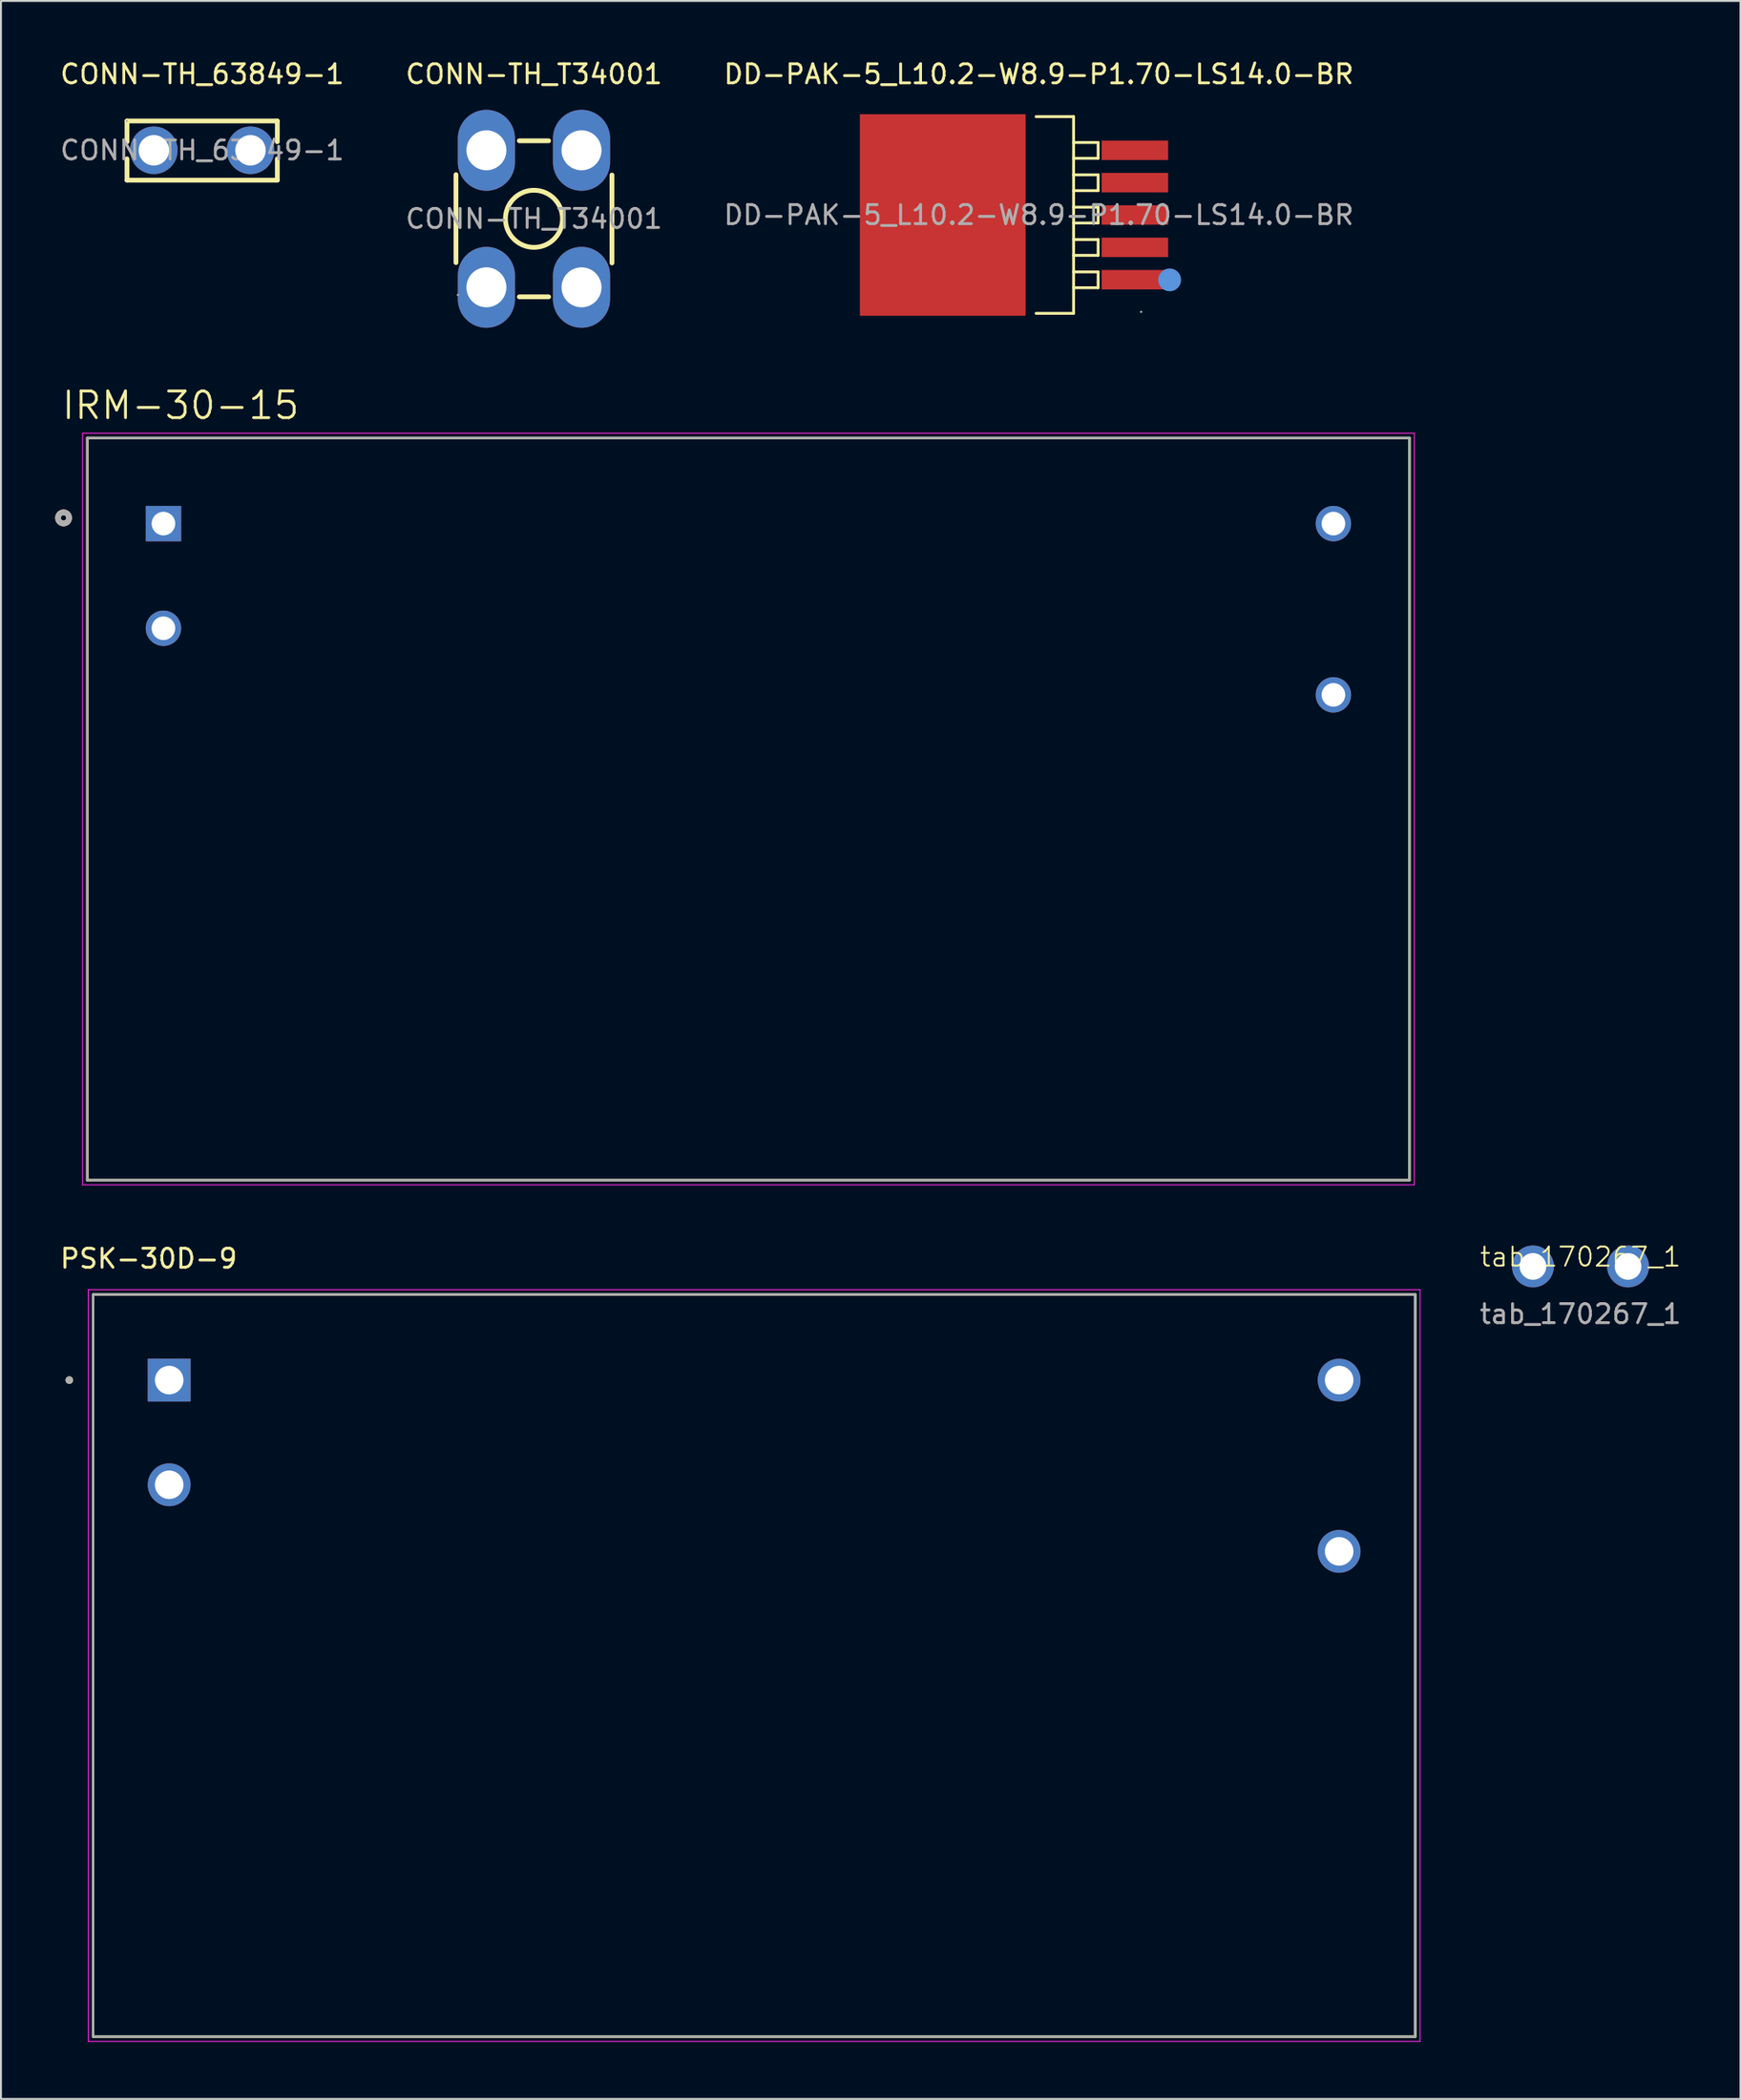
<source format=kicad_pcb>
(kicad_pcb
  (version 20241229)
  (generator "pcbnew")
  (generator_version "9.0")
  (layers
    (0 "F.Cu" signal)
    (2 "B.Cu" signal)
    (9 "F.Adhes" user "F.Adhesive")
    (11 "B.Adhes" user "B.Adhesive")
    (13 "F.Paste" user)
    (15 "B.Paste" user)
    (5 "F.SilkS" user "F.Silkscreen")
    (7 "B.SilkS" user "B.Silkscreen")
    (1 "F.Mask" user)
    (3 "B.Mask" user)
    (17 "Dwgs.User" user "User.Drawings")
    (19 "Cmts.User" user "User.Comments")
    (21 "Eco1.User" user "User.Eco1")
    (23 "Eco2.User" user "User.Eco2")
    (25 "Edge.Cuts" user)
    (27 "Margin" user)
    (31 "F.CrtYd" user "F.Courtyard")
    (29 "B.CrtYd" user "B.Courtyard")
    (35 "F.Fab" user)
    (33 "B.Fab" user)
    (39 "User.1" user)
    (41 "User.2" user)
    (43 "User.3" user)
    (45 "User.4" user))
  (footprint "PSK-30D-9"
    (layer "F.Cu")
    (at 36.593 84.473)
    (property "Reference" "PSK-30D-9" (at -31.825 -21.385 0) (layer "F.SilkS") (effects (font (size 1 1) (thickness 0.15))))
    (attr through_hole)
    (fp_line (start -34.75 -19.5) (end 34.75 -19.5) (stroke (width 0.127) (type solid)) (layer "F.SilkS"))
    (fp_line (start -34.75 19.5) (end -34.75 -19.5) (stroke (width 0.127) (type solid)) (layer "F.SilkS"))
    (fp_line (start 34.75 -19.5) (end 34.75 19.5) (stroke (width 0.127) (type solid)) (layer "F.SilkS"))
    (fp_line (start 34.75 19.5) (end -34.75 19.5) (stroke (width 0.127) (type solid)) (layer "F.SilkS"))
    (fp_circle (center -36 -15) (end -35.9 -15) (stroke (width 0.2) (type solid)) (fill no) (layer "F.SilkS"))
    (fp_line (start -35 -19.75) (end -35 19.75) (stroke (width 0.05) (type solid)) (layer "F.CrtYd"))
    (fp_line (start -35 19.75) (end 35 19.75) (stroke (width 0.05) (type solid)) (layer "F.CrtYd"))
    (fp_line (start 35 -19.75) (end -35 -19.75) (stroke (width 0.05) (type solid)) (layer "F.CrtYd"))
    (fp_line (start 35 19.75) (end 35 -19.75) (stroke (width 0.05) (type solid)) (layer "F.CrtYd"))
    (fp_line (start -34.75 -19.5) (end 34.75 -19.5) (stroke (width 0.127) (type solid)) (layer "F.Fab"))
    (fp_line (start -34.75 19.5) (end -34.75 -19.5) (stroke (width 0.127) (type solid)) (layer "F.Fab"))
    (fp_line (start 34.75 -19.5) (end 34.75 19.5) (stroke (width 0.127) (type solid)) (layer "F.Fab"))
    (fp_line (start 34.75 19.5) (end -34.75 19.5) (stroke (width 0.127) (type solid)) (layer "F.Fab"))
    (fp_circle (center -36 -15) (end -35.9 -15) (stroke (width 0.2) (type solid)) (fill no) (layer "F.Fab"))
    (pad "1" thru_hole rect (at -30.75 -15) (size 2.25 2.25) (drill 1.5) (layers "*.Cu" "*.Mask"))
    (pad "2" thru_hole circle (at -30.75 -9.5) (size 2.25 2.25) (drill 1.5) (layers "*.Cu" "*.Mask"))
    (pad "3" thru_hole circle (at 30.75 -6) (size 2.25 2.25) (drill 1.5) (layers "*.Cu" "*.Mask"))
    (pad "4" thru_hole circle (at 30.75 -15) (size 2.25 2.25) (drill 1.5) (layers "*.Cu" "*.Mask")))
  (footprint "DD-PAK-5_L10.2-W8.9-P1.70-LS14.0-BR"
    (layer "F.Cu")
    (at 51.554 8.248)
    (property "Reference" "DD-PAK-5_L10.2-W8.9-P1.70-LS14.0-BR" (at 0 -7.4 0) (layer "F.SilkS") (effects (font (size 1 1) (thickness 0.15))))
    (attr smd)
    (fp_line (start -0.14 -5.17) (end 1.83 -5.17) (stroke (width 0.15) (type solid)) (layer "F.SilkS"))
    (fp_line (start -0.14 5.17) (end 1.83 5.17) (stroke (width 0.15) (type solid)) (layer "F.SilkS"))
    (fp_line (start 1.83 -3.81) (end 3.12 -3.81) (stroke (width 0.15) (type solid)) (layer "F.SilkS"))
    (fp_line (start 1.83 -2.11) (end 3.12 -2.11) (stroke (width 0.15) (type solid)) (layer "F.SilkS"))
    (fp_line (start 1.83 -0.41) (end 3.12 -0.41) (stroke (width 0.15) (type solid)) (layer "F.SilkS"))
    (fp_line (start 1.83 1.29) (end 3.12 1.29) (stroke (width 0.15) (type solid)) (layer "F.SilkS"))
    (fp_line (start 1.83 2.99) (end 3.12 2.99) (stroke (width 0.15) (type solid)) (layer "F.SilkS"))
    (fp_line (start 1.83 5.17) (end 1.83 -5.17) (stroke (width 0.15) (type solid)) (layer "F.SilkS"))
    (fp_line (start 3.12 -3.81) (end 3.12 -2.98) (stroke (width 0.15) (type solid)) (layer "F.SilkS"))
    (fp_line (start 3.12 -2.98) (end 1.83 -2.98) (stroke (width 0.15) (type solid)) (layer "F.SilkS"))
    (fp_line (start 3.12 -2.11) (end 3.12 -1.28) (stroke (width 0.15) (type solid)) (layer "F.SilkS"))
    (fp_line (start 3.12 -1.28) (end 1.83 -1.28) (stroke (width 0.15) (type solid)) (layer "F.SilkS"))
    (fp_line (start 3.12 -0.41) (end 3.12 0.42) (stroke (width 0.15) (type solid)) (layer "F.SilkS"))
    (fp_line (start 3.12 0.42) (end 1.83 0.42) (stroke (width 0.15) (type solid)) (layer "F.SilkS"))
    (fp_line (start 3.12 1.29) (end 3.12 2.12) (stroke (width 0.15) (type solid)) (layer "F.SilkS"))
    (fp_line (start 3.12 2.12) (end 1.83 2.12) (stroke (width 0.15) (type solid)) (layer "F.SilkS"))
    (fp_line (start 3.12 2.99) (end 3.12 3.82) (stroke (width 0.15) (type solid)) (layer "F.SilkS"))
    (fp_line (start 3.12 3.82) (end 1.83 3.82) (stroke (width 0.15) (type solid)) (layer "F.SilkS"))
    (fp_circle (center 6.88 3.41) (end 7.18 3.41) (stroke (width 0.6) (type solid)) (fill no) (layer "Cmts.User"))
    (fp_circle (center 5.38 5.09) (end 5.41 5.09) (stroke (width 0.06) (type solid)) (fill no) (layer "F.Fab"))
    (fp_text user "${REFERENCE}" (at 0 0 0) (layer "F.Fab") (effects (font (size 1 1) (thickness 0.15))))
    (pad "1" smd rect (at 5.05 3.4) (size 3.5 1.02) (layers "F.Cu" "F.Mask" "F.Paste"))
    (pad "2" smd rect (at 5.05 1.7) (size 3.5 1.02) (layers "F.Cu" "F.Mask" "F.Paste"))
    (pad "3" smd rect (at 5.05 0) (size 3.5 1.02) (layers "F.Cu" "F.Mask" "F.Paste"))
    (pad "4" smd rect (at 5.05 -1.7) (size 3.5 1.02) (layers "F.Cu" "F.Mask" "F.Paste"))
    (pad "5" smd rect (at 5.05 -3.4) (size 3.5 1.02) (layers "F.Cu" "F.Mask" "F.Paste"))
    (pad "6" smd rect (at -5.05 0 180) (size 8.71 10.59) (layers "F.Cu" "F.Mask" "F.Paste")))
  (footprint "CONN-TH_63849-1"
    (layer "F.Cu")
    (at 7.577 4.848)
    (property "Reference" "CONN-TH_63849-1" (at 0 -4 0) (layer "F.SilkS") (effects (font (size 1 1) (thickness 0.15))))
    (attr through_hole)
    (fp_line (start -3.95 -1.54) (end 3.95 -1.54) (stroke (width 0.25) (type solid)) (layer "F.SilkS"))
    (fp_line (start -3.95 -0.45) (end -3.95 -1.54) (stroke (width 0.25) (type solid)) (layer "F.SilkS"))
    (fp_line (start -3.95 1.57) (end -3.95 0.45) (stroke (width 0.25) (type solid)) (layer "F.SilkS"))
    (fp_line (start 3.95 -1.54) (end 3.95 -0.45) (stroke (width 0.25) (type solid)) (layer "F.SilkS"))
    (fp_line (start 3.95 0.45) (end 3.95 1.57) (stroke (width 0.25) (type solid)) (layer "F.SilkS"))
    (fp_line (start 3.95 1.57) (end -3.95 1.57) (stroke (width 0.25) (type solid)) (layer "F.SilkS"))
    (fp_circle (center -3.96 -1.54) (end -3.93 -1.54) (stroke (width 0.06) (type solid)) (fill no) (layer "F.Fab"))
    (fp_circle (center -2.54 0) (end -2.24 0) (stroke (width 0.6) (type solid)) (fill no) (layer "F.Fab"))
    (fp_circle (center 2.54 0) (end 2.84 0) (stroke (width 0.6) (type solid)) (fill no) (layer "F.Fab"))
    (fp_text user "${REFERENCE}" (at 0 0 0) (layer "F.Fab") (effects (font (size 1 1) (thickness 0.15))))
    (pad "1" thru_hole circle (at -2.54 0) (size 2.5 2.5) (drill 1.6) (layers "*.Cu" "*.Mask"))
    (pad "1" thru_hole circle (at 2.54 0) (size 2.5 2.5) (drill 1.6) (layers "*.Cu" "*.Mask")))
  (footprint "tab_170267_1"
    (layer "F.Cu")
    (at 80.029 63.5)
    (property "Reference" "tab_170267_1" (at 0 -0.5 0) (unlocked yes) (layer "F.SilkS") (effects (font (size 1 1) (thickness 0.1))))
    (attr through_hole)
    (fp_text user "${REFERENCE}" (at 0 2.5 0) (unlocked yes) (layer "F.Fab") (effects (font (size 1 1) (thickness 0.15))))
    (pad "1" thru_hole circle (at -2.5 0) (size 2.2 2.2) (drill 1.4) (layers "*.Cu" "*.Mask"))
    (pad "2" thru_hole circle (at 2.5 0) (size 2.2 2.2) (drill 1.4) (layers "*.Cu" "*.Mask")))
  (footprint "CONN-TH_T34001"
    (layer "F.Cu")
    (at 25.018 8.448)
    (property "Reference" "CONN-TH_T34001" (at 0 -7.6 0) (layer "F.SilkS") (effects (font (size 1 1) (thickness 0.15))))
    (attr through_hole)
    (fp_line (start -4.1 -2.32) (end -4.1 2.3) (stroke (width 0.25) (type solid)) (layer "F.SilkS"))
    (fp_line (start -0.77 -4.1) (end 0.77 -4.1) (stroke (width 0.25) (type solid)) (layer "F.SilkS"))
    (fp_line (start 0.77 4.1) (end -0.77 4.1) (stroke (width 0.25) (type solid)) (layer "F.SilkS"))
    (fp_line (start 4.1 2.32) (end 4.1 -2.3) (stroke (width 0.25) (type solid)) (layer "F.SilkS"))
    (fp_circle (center 0 0) (end 1.5 0) (stroke (width 0.25) (type solid)) (fill no) (layer "F.SilkS"))
    (fp_circle (center -4 4) (end -3.97 4) (stroke (width 0.06) (type solid)) (fill no) (layer "F.Fab"))
    (fp_text user "${REFERENCE}" (at 0 0 0) (layer "F.Fab") (effects (font (size 1 1) (thickness 0.15))))
    (pad "1" thru_hole oval (at -2.5 3.6) (size 3 4.25) (drill 2.1) (layers "*.Cu" "*.Mask"))
    (pad "2" thru_hole oval (at 2.5 3.6) (size 3 4.25) (drill 2.1) (layers "*.Cu" "*.Mask"))
    (pad "3" thru_hole oval (at 2.5 -3.6) (size 3 4.25) (drill 2.1) (layers "*.Cu" "*.Mask"))
    (pad "4" thru_hole oval (at -2.5 -3.6) (size 3 4.25) (drill 2.1) (layers "*.Cu" "*.Mask")))
  (footprint "IRM-30-15"
    (layer "F.Cu")
    (at 36.291 39.465)
    (property "Reference" "IRM-30-15" (at -29.845 -21.209 0) (layer "F.SilkS") (effects (font (size 1.4 1.4) (thickness 0.15))))
    (attr through_hole)
    (fp_line (start -34.75 -19.5) (end 34.75 -19.5) (stroke (width 0.127) (type solid)) (layer "F.SilkS"))
    (fp_line (start -34.75 19.5) (end -34.75 -19.5) (stroke (width 0.127) (type solid)) (layer "F.SilkS"))
    (fp_line (start 34.75 -19.5) (end 34.75 19.5) (stroke (width 0.127) (type solid)) (layer "F.SilkS"))
    (fp_line (start 34.75 19.5) (end -34.75 19.5) (stroke (width 0.127) (type solid)) (layer "F.SilkS"))
    (fp_circle (center -36 -15.3) (end -35.859 -15.3) (stroke (width 0.3) (type solid)) (fill no) (layer "F.SilkS"))
    (fp_line (start -35 -19.75) (end 35 -19.75) (stroke (width 0.05) (type solid)) (layer "F.CrtYd"))
    (fp_line (start -35 19.75) (end -35 -19.75) (stroke (width 0.05) (type solid)) (layer "F.CrtYd"))
    (fp_line (start 35 -19.75) (end 35 19.75) (stroke (width 0.05) (type solid)) (layer "F.CrtYd"))
    (fp_line (start 35 19.75) (end -35 19.75) (stroke (width 0.05) (type solid)) (layer "F.CrtYd"))
    (fp_line (start -34.75 -19.5) (end 34.75 -19.5) (stroke (width 0.127) (type solid)) (layer "F.Fab"))
    (fp_line (start -34.75 19.5) (end -34.75 -19.5) (stroke (width 0.127) (type solid)) (layer "F.Fab"))
    (fp_line (start 34.75 -19.5) (end 34.75 19.5) (stroke (width 0.127) (type solid)) (layer "F.Fab"))
    (fp_line (start 34.75 19.5) (end -34.75 19.5) (stroke (width 0.127) (type solid)) (layer "F.Fab"))
    (fp_circle (center -36 -15.3) (end -35.859 -15.3) (stroke (width 0.3) (type solid)) (fill no) (layer "F.Fab"))
    (pad "1" thru_hole rect (at -30.75 -15) (size 1.86 1.86) (drill 1.24) (layers "*.Cu" "*.Mask"))
    (pad "2" thru_hole circle (at -30.75 -9.5) (size 1.86 1.86) (drill 1.24) (layers "*.Cu" "*.Mask"))
    (pad "3" thru_hole circle (at 30.75 -6) (size 1.86 1.86) (drill 1.24) (layers "*.Cu" "*.Mask"))
    (pad "4" thru_hole circle (at 30.75 -15) (size 1.86 1.86) (drill 1.24) (layers "*.Cu" "*.Mask")))
  (gr_rect
    (start -3 -3)
    (end 88.439 107.248)
    (stroke (width 0.1) (type default))
    (fill no)
    (layer "Edge.Cuts")))
</source>
